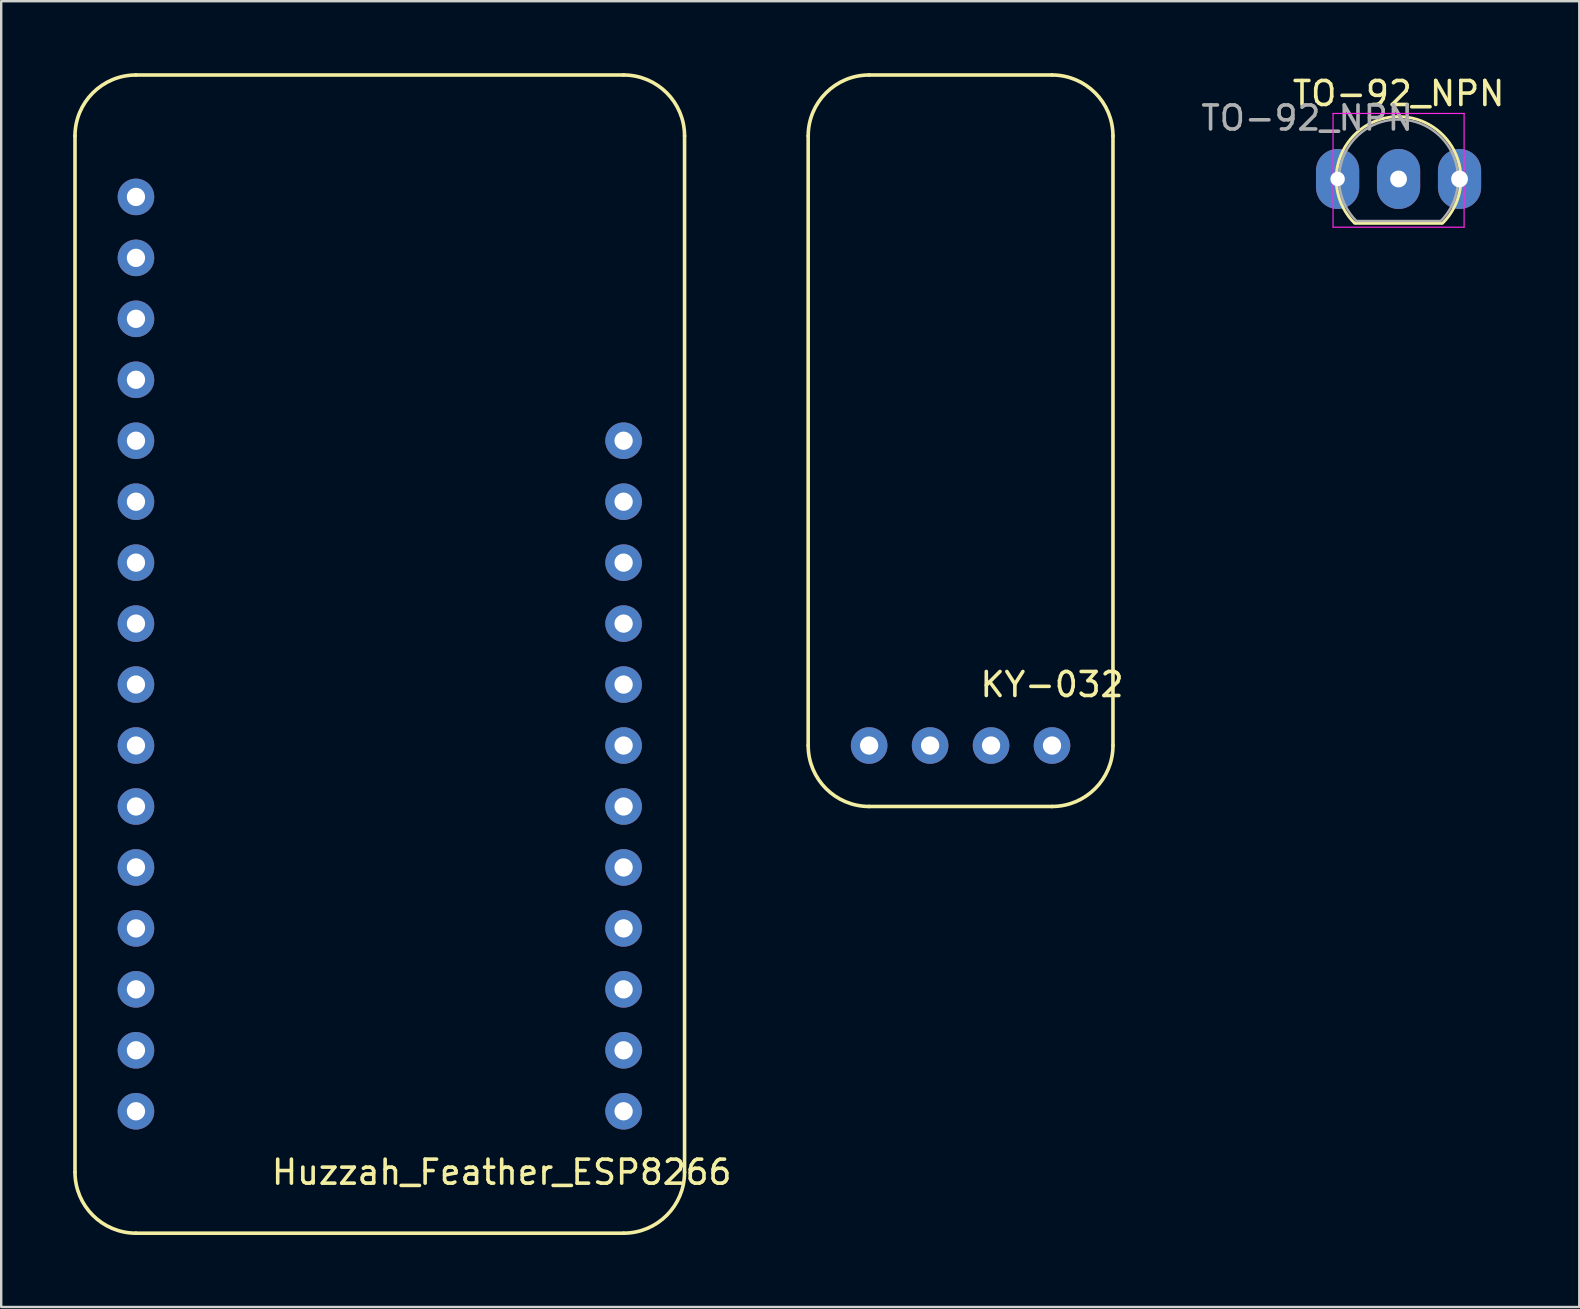
<source format=kicad_pcb>
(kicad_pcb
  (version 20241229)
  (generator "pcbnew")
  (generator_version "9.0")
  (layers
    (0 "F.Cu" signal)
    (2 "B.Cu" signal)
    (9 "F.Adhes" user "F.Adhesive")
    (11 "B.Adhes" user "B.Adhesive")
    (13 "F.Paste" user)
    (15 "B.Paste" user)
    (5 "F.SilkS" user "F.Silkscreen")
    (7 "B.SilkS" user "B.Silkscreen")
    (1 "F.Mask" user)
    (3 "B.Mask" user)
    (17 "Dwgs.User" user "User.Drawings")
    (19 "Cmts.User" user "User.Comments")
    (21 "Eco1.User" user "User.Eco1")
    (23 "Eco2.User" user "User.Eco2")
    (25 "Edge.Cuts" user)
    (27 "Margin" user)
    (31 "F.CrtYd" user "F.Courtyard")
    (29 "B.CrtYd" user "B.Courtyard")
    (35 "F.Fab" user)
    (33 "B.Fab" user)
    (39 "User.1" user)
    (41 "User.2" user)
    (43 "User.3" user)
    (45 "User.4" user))
  (footprint "Huzzah_Feather_ESP8266"
    (layer "F.Cu")
    (at 15.315 2.615)
    (property "Reference" "Huzzah_Feather_ESP8266" (at 2.54 43.18 0) (layer "F.SilkS") (effects (font (size 1 1) (thickness 0.15))))
    (attr through_hole)
    (fp_line (start -15.24 43.18) (end -15.24 0) (stroke (width 0.15) (type solid)) (layer "F.SilkS"))
    (fp_line (start -12.7 -2.54) (end 7.62 -2.54) (stroke (width 0.15) (type solid)) (layer "F.SilkS"))
    (fp_line (start 7.62 45.72) (end -12.7 45.72) (stroke (width 0.15) (type solid)) (layer "F.SilkS"))
    (fp_line (start 10.16 0) (end 10.16 43.18) (stroke (width 0.15) (type solid)) (layer "F.SilkS"))
    (fp_arc (start -15.24 0) (mid -14.496051 -1.796051) (end -12.7 -2.54) (stroke (width 0.15) (type solid)) (layer "F.SilkS"))
    (fp_arc (start -12.7 45.72) (mid -14.496051 44.976051) (end -15.24 43.18) (stroke (width 0.15) (type solid)) (layer "F.SilkS"))
    (fp_arc (start 7.62 -2.54) (mid 9.416051 -1.796051) (end 10.16 0) (stroke (width 0.15) (type solid)) (layer "F.SilkS"))
    (fp_arc (start 10.16 43.18) (mid 9.416051 44.976051) (end 7.62 45.72) (stroke (width 0.15) (type solid)) (layer "F.SilkS"))
    (pad "1" thru_hole circle (at -12.7 2.54) (size 1.524 1.524) (drill 0.762) (layers "*.Cu" "*.Mask"))
    (pad "2" thru_hole circle (at -12.7 5.08) (size 1.524 1.524) (drill 0.762) (layers "*.Cu" "*.Mask"))
    (pad "3" thru_hole circle (at -12.7 7.62) (size 1.524 1.524) (drill 0.762) (layers "*.Cu" "*.Mask"))
    (pad "4" thru_hole circle (at -12.7 10.16) (size 1.524 1.524) (drill 0.762) (layers "*.Cu" "*.Mask"))
    (pad "5" thru_hole circle (at -12.7 12.7) (size 1.524 1.524) (drill 0.762) (layers "*.Cu" "*.Mask"))
    (pad "6" thru_hole circle (at -12.7 15.24) (size 1.524 1.524) (drill 0.762) (layers "*.Cu" "*.Mask"))
    (pad "7" thru_hole circle (at -12.7 17.78) (size 1.524 1.524) (drill 0.762) (layers "*.Cu" "*.Mask"))
    (pad "8" thru_hole circle (at -12.7 20.32) (size 1.524 1.524) (drill 0.762) (layers "*.Cu" "*.Mask"))
    (pad "9" thru_hole circle (at -12.7 22.86) (size 1.524 1.524) (drill 0.762) (layers "*.Cu" "*.Mask"))
    (pad "10" thru_hole circle (at -12.7 25.4) (size 1.524 1.524) (drill 0.762) (layers "*.Cu" "*.Mask"))
    (pad "11" thru_hole circle (at -12.7 27.94) (size 1.524 1.524) (drill 0.762) (layers "*.Cu" "*.Mask"))
    (pad "12" thru_hole circle (at -12.7 30.48) (size 1.524 1.524) (drill 0.762) (layers "*.Cu" "*.Mask"))
    (pad "13" thru_hole circle (at -12.7 33.02) (size 1.524 1.524) (drill 0.762) (layers "*.Cu" "*.Mask"))
    (pad "14" thru_hole circle (at -12.7 35.56) (size 1.524 1.524) (drill 0.762) (layers "*.Cu" "*.Mask"))
    (pad "15" thru_hole circle (at -12.7 38.1) (size 1.524 1.524) (drill 0.762) (layers "*.Cu" "*.Mask"))
    (pad "16" thru_hole circle (at -12.7 40.64) (size 1.524 1.524) (drill 0.762) (layers "*.Cu" "*.Mask"))
    (pad "17" thru_hole circle (at 7.62 12.7) (size 1.524 1.524) (drill 0.762) (layers "*.Cu" "*.Mask"))
    (pad "18" thru_hole circle (at 7.62 15.24) (size 1.524 1.524) (drill 0.762) (layers "*.Cu" "*.Mask"))
    (pad "19" thru_hole circle (at 7.62 17.78) (size 1.524 1.524) (drill 0.762) (layers "*.Cu" "*.Mask"))
    (pad "20" thru_hole circle (at 7.62 20.32) (size 1.524 1.524) (drill 0.762) (layers "*.Cu" "*.Mask"))
    (pad "21" thru_hole circle (at 7.62 22.86) (size 1.524 1.524) (drill 0.762) (layers "*.Cu" "*.Mask"))
    (pad "22" thru_hole circle (at 7.62 25.4) (size 1.524 1.524) (drill 0.762) (layers "*.Cu" "*.Mask"))
    (pad "23" thru_hole circle (at 7.62 27.94) (size 1.524 1.524) (drill 0.762) (layers "*.Cu" "*.Mask"))
    (pad "24" thru_hole circle (at 7.62 30.48) (size 1.524 1.524) (drill 0.762) (layers "*.Cu" "*.Mask"))
    (pad "25" thru_hole circle (at 7.62 33.02) (size 1.524 1.524) (drill 0.762) (layers "*.Cu" "*.Mask"))
    (pad "26" thru_hole circle (at 7.62 35.56) (size 1.524 1.524) (drill 0.762) (layers "*.Cu" "*.Mask"))
    (pad "27" thru_hole circle (at 7.62 38.1) (size 1.524 1.524) (drill 0.762) (layers "*.Cu" "*.Mask"))
    (pad "28" thru_hole circle (at 7.62 40.64) (size 1.524 1.524) (drill 0.762) (layers "*.Cu" "*.Mask")))
  (footprint "TO-92_NPN"
    (layer "F.Cu")
    (at 53.957 4.408)
    (property "Reference" "TO-92_NPN" (at 1.27 -3.56 0) (layer "F.SilkS") (effects (font (size 1 1) (thickness 0.15))))
    (attr through_hole)
    (fp_line (start -0.53 1.85) (end 3.07 1.85) (stroke (width 0.12) (type solid)) (layer "F.SilkS"))
    (fp_arc (start -0.568478 1.838478) (mid -1.132087 -0.994977) (end 1.27 -2.6) (stroke (width 0.12) (type solid)) (layer "F.SilkS"))
    (fp_arc (start 1.27 -2.6) (mid 3.672087 -0.994977) (end 3.108478 1.838478) (stroke (width 0.12) (type solid)) (layer "F.SilkS"))
    (fp_line (start -1.46 -2.73) (end -1.46 2.01) (stroke (width 0.05) (type solid)) (layer "F.CrtYd"))
    (fp_line (start -1.46 -2.73) (end 4 -2.73) (stroke (width 0.05) (type solid)) (layer "F.CrtYd"))
    (fp_line (start 4 2.01) (end -1.46 2.01) (stroke (width 0.05) (type solid)) (layer "F.CrtYd"))
    (fp_line (start 4 2.01) (end 4 -2.73) (stroke (width 0.05) (type solid)) (layer "F.CrtYd"))
    (fp_line (start -0.5 1.75) (end 3 1.75) (stroke (width 0.1) (type solid)) (layer "F.Fab"))
    (fp_arc (start -0.483625 1.753625) (mid -1.021221 -0.949055) (end 1.27 -2.48) (stroke (width 0.1) (type solid)) (layer "F.Fab"))
    (fp_arc (start 1.27 -2.48) (mid 3.561221 -0.949055) (end 3.023625 1.753625) (stroke (width 0.1) (type solid)) (layer "F.Fab"))
    (fp_text user "${REFERENCE}" (at -2.54 -2.54 0) (layer "F.Fab") (effects (font (size 1 1) (thickness 0.15))))
    (pad "1" thru_hole oval (at 1.27 0 180) (size 1.8 2.5) (drill 0.7) (layers "*.Cu" "*.Mask"))
    (pad "2" thru_hole oval (at -1.27 0 180) (size 1.8 2.5) (drill 0.6) (layers "*.Cu" "*.Mask"))
    (pad "3" thru_hole oval (at 3.81 0 180) (size 1.8 2.5) (drill 0.7) (layers "*.Cu" "*.Mask")))
  (footprint "KY-032"
    (layer "F.Cu")
    (at 35.706 17.855)
    (property "Reference" "KY-032" (at 5.08 7.62 0) (layer "F.SilkS") (effects (font (size 1 1) (thickness 0.15))))
    (attr through_hole)
    (fp_line (start -5.08 -15.24) (end -5.08 10.16) (stroke (width 0.15) (type solid)) (layer "F.SilkS"))
    (fp_line (start -2.54 -17.78) (end 5.08 -17.78) (stroke (width 0.15) (type solid)) (layer "F.SilkS"))
    (fp_line (start -2.54 12.7) (end 5.08 12.7) (stroke (width 0.15) (type solid)) (layer "F.SilkS"))
    (fp_line (start 7.62 10.16) (end 7.62 -15.24) (stroke (width 0.15) (type solid)) (layer "F.SilkS"))
    (fp_arc (start -5.08 -15.24) (mid -4.336051 -17.036051) (end -2.54 -17.78) (stroke (width 0.15) (type solid)) (layer "F.SilkS"))
    (fp_arc (start -2.54 12.7) (mid -4.336051 11.956051) (end -5.08 10.16) (stroke (width 0.15) (type solid)) (layer "F.SilkS"))
    (fp_arc (start 5.08 -17.78) (mid 6.876051 -17.036051) (end 7.62 -15.24) (stroke (width 0.15) (type solid)) (layer "F.SilkS"))
    (fp_arc (start 7.62 10.16) (mid 6.876051 11.956051) (end 5.08 12.7) (stroke (width 0.15) (type solid)) (layer "F.SilkS"))
    (pad "1" thru_hole circle (at 5.08 10.16) (size 1.524 1.524) (drill 0.762) (layers "*.Cu" "*.Mask"))
    (pad "2" thru_hole circle (at 0 10.16) (size 1.524 1.524) (drill 0.762) (layers "*.Cu" "*.Mask"))
    (pad "3" thru_hole circle (at 2.54 10.16) (size 1.524 1.524) (drill 0.762) (layers "*.Cu" "*.Mask"))
    (pad "4" thru_hole circle (at -2.54 10.16) (size 1.524 1.524) (drill 0.762) (layers "*.Cu" "*.Mask")))
  (gr_rect
    (start -3 -3)
    (end 62.757 51.41)
    (stroke (width 0.1) (type default))
    (fill no)
    (layer "Edge.Cuts")))
</source>
